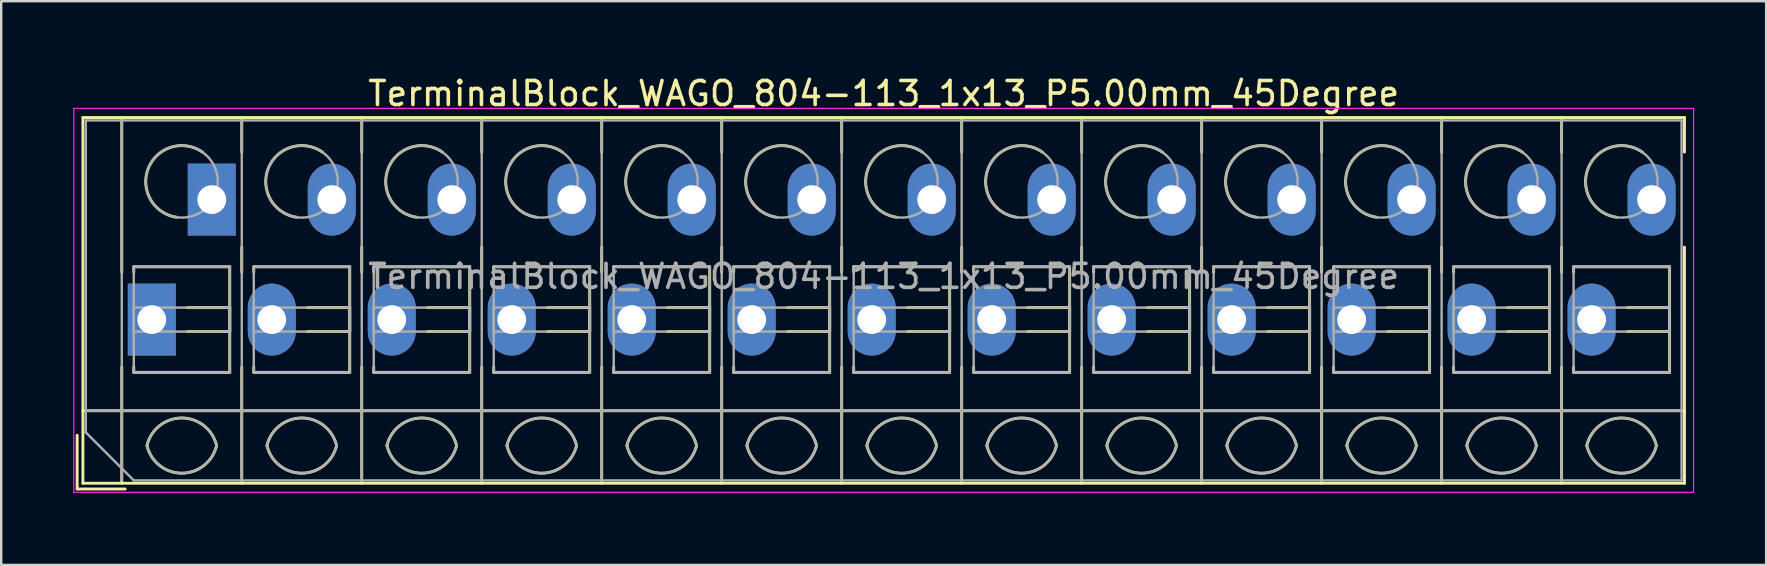
<source format=kicad_pcb>
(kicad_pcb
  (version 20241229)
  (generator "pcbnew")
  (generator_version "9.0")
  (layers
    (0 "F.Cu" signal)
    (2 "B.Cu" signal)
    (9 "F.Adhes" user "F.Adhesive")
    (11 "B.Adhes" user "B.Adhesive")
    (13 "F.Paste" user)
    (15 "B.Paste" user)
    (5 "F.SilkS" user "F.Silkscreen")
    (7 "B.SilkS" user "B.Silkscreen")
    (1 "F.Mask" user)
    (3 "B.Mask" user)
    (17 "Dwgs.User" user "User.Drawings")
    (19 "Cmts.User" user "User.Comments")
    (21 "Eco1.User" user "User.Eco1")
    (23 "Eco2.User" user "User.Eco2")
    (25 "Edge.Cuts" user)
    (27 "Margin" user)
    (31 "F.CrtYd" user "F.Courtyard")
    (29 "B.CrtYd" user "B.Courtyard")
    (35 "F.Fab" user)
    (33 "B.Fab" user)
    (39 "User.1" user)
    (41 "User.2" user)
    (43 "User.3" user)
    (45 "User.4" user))
  (footprint "TerminalBlock_WAGO_804-113_1x13_P5.00mm_45Degree"
    (layer "F.Cu")
    (at 3.275 10.268)
    (property "Reference" "TerminalBlock_WAGO_804-113_1x13_P5.00mm_45Degree" (at 30.5 -9.42 0) (layer "F.SilkS") (effects (font (size 1 1) (thickness 0.15))))
    (attr through_hole)
    (fp_line (start -3.11 4.82) (end -3.11 7.06) (stroke (width 0.12) (type solid)) (layer "F.SilkS"))
    (fp_line (start -3.11 7.06) (end -1.11 7.06) (stroke (width 0.12) (type solid)) (layer "F.SilkS"))
    (fp_line (start -2.87 -8.42) (end -2.87 6.82) (stroke (width 0.12) (type solid)) (layer "F.SilkS"))
    (fp_line (start -2.87 -8.42) (end 63.87 -8.42) (stroke (width 0.12) (type solid)) (layer "F.SilkS"))
    (fp_line (start -2.87 3.8) (end 63.87 3.8) (stroke (width 0.12) (type solid)) (layer "F.SilkS"))
    (fp_line (start -2.87 6.82) (end 63.87 6.82) (stroke (width 0.12) (type solid)) (layer "F.SilkS"))
    (fp_line (start -1.25 -8.42) (end -1.25 -1.98) (stroke (width 0.12) (type solid)) (layer "F.SilkS"))
    (fp_line (start -1.25 1.98) (end -1.25 6.82) (stroke (width 0.12) (type solid)) (layer "F.SilkS"))
    (fp_line (start -0.75 -2.2) (end -0.75 -1.98) (stroke (width 0.12) (type solid)) (layer "F.SilkS"))
    (fp_line (start -0.75 -2.2) (end 3.25 -2.2) (stroke (width 0.12) (type solid)) (layer "F.SilkS"))
    (fp_line (start -0.75 1.98) (end -0.75 2.2) (stroke (width 0.12) (type solid)) (layer "F.SilkS"))
    (fp_line (start -0.75 2.2) (end 3.25 2.2) (stroke (width 0.12) (type solid)) (layer "F.SilkS"))
    (fp_line (start 1.48 -0.5) (end 3.25 -0.5) (stroke (width 0.12) (type solid)) (layer "F.SilkS"))
    (fp_line (start 1.48 0.5) (end 3.25 0.5) (stroke (width 0.12) (type solid)) (layer "F.SilkS"))
    (fp_line (start 3.25 -2.2) (end 3.25 2.2) (stroke (width 0.12) (type solid)) (layer "F.SilkS"))
    (fp_line (start 3.25 -0.5) (end 3.25 0.5) (stroke (width 0.12) (type solid)) (layer "F.SilkS"))
    (fp_line (start 3.75 -8.42) (end 3.75 -6.98) (stroke (width 0.12) (type solid)) (layer "F.SilkS"))
    (fp_line (start 3.75 -3.02) (end 3.75 -1.98) (stroke (width 0.12) (type solid)) (layer "F.SilkS"))
    (fp_line (start 3.75 1.98) (end 3.75 6.82) (stroke (width 0.12) (type solid)) (layer "F.SilkS"))
    (fp_line (start 4.25 -2.2) (end 4.25 -1.98) (stroke (width 0.12) (type solid)) (layer "F.SilkS"))
    (fp_line (start 4.25 -2.2) (end 8.25 -2.2) (stroke (width 0.12) (type solid)) (layer "F.SilkS"))
    (fp_line (start 4.25 1.98) (end 4.25 2.2) (stroke (width 0.12) (type solid)) (layer "F.SilkS"))
    (fp_line (start 4.25 2.2) (end 8.25 2.2) (stroke (width 0.12) (type solid)) (layer "F.SilkS"))
    (fp_line (start 6.48 -0.5) (end 8.25 -0.5) (stroke (width 0.12) (type solid)) (layer "F.SilkS"))
    (fp_line (start 6.48 0.5) (end 8.25 0.5) (stroke (width 0.12) (type solid)) (layer "F.SilkS"))
    (fp_line (start 8.25 -2.2) (end 8.25 2.2) (stroke (width 0.12) (type solid)) (layer "F.SilkS"))
    (fp_line (start 8.25 -0.5) (end 8.25 0.5) (stroke (width 0.12) (type solid)) (layer "F.SilkS"))
    (fp_line (start 8.75 -8.42) (end 8.75 -6.98) (stroke (width 0.12) (type solid)) (layer "F.SilkS"))
    (fp_line (start 8.75 -3.02) (end 8.75 -1.98) (stroke (width 0.12) (type solid)) (layer "F.SilkS"))
    (fp_line (start 8.75 1.98) (end 8.75 6.82) (stroke (width 0.12) (type solid)) (layer "F.SilkS"))
    (fp_line (start 9.25 -2.2) (end 9.25 -1.98) (stroke (width 0.12) (type solid)) (layer "F.SilkS"))
    (fp_line (start 9.25 -2.2) (end 13.25 -2.2) (stroke (width 0.12) (type solid)) (layer "F.SilkS"))
    (fp_line (start 9.25 1.98) (end 9.25 2.2) (stroke (width 0.12) (type solid)) (layer "F.SilkS"))
    (fp_line (start 9.25 2.2) (end 13.25 2.2) (stroke (width 0.12) (type solid)) (layer "F.SilkS"))
    (fp_line (start 11.48 -0.5) (end 13.25 -0.5) (stroke (width 0.12) (type solid)) (layer "F.SilkS"))
    (fp_line (start 11.48 0.5) (end 13.25 0.5) (stroke (width 0.12) (type solid)) (layer "F.SilkS"))
    (fp_line (start 13.25 -2.2) (end 13.25 2.2) (stroke (width 0.12) (type solid)) (layer "F.SilkS"))
    (fp_line (start 13.25 -0.5) (end 13.25 0.5) (stroke (width 0.12) (type solid)) (layer "F.SilkS"))
    (fp_line (start 13.75 -8.42) (end 13.75 -6.98) (stroke (width 0.12) (type solid)) (layer "F.SilkS"))
    (fp_line (start 13.75 -3.02) (end 13.75 -1.98) (stroke (width 0.12) (type solid)) (layer "F.SilkS"))
    (fp_line (start 13.75 1.98) (end 13.75 6.82) (stroke (width 0.12) (type solid)) (layer "F.SilkS"))
    (fp_line (start 14.25 -2.2) (end 14.25 -1.98) (stroke (width 0.12) (type solid)) (layer "F.SilkS"))
    (fp_line (start 14.25 -2.2) (end 18.25 -2.2) (stroke (width 0.12) (type solid)) (layer "F.SilkS"))
    (fp_line (start 14.25 1.98) (end 14.25 2.2) (stroke (width 0.12) (type solid)) (layer "F.SilkS"))
    (fp_line (start 14.25 2.2) (end 18.25 2.2) (stroke (width 0.12) (type solid)) (layer "F.SilkS"))
    (fp_line (start 16.48 -0.5) (end 18.25 -0.5) (stroke (width 0.12) (type solid)) (layer "F.SilkS"))
    (fp_line (start 16.48 0.5) (end 18.25 0.5) (stroke (width 0.12) (type solid)) (layer "F.SilkS"))
    (fp_line (start 18.25 -2.2) (end 18.25 2.2) (stroke (width 0.12) (type solid)) (layer "F.SilkS"))
    (fp_line (start 18.25 -0.5) (end 18.25 0.5) (stroke (width 0.12) (type solid)) (layer "F.SilkS"))
    (fp_line (start 18.75 -8.42) (end 18.75 -6.98) (stroke (width 0.12) (type solid)) (layer "F.SilkS"))
    (fp_line (start 18.75 -3.02) (end 18.75 -1.98) (stroke (width 0.12) (type solid)) (layer "F.SilkS"))
    (fp_line (start 18.75 1.98) (end 18.75 6.82) (stroke (width 0.12) (type solid)) (layer "F.SilkS"))
    (fp_line (start 19.25 -2.2) (end 19.25 -1.98) (stroke (width 0.12) (type solid)) (layer "F.SilkS"))
    (fp_line (start 19.25 -2.2) (end 23.25 -2.2) (stroke (width 0.12) (type solid)) (layer "F.SilkS"))
    (fp_line (start 19.25 1.98) (end 19.25 2.2) (stroke (width 0.12) (type solid)) (layer "F.SilkS"))
    (fp_line (start 19.25 2.2) (end 23.25 2.2) (stroke (width 0.12) (type solid)) (layer "F.SilkS"))
    (fp_line (start 21.48 -0.5) (end 23.25 -0.5) (stroke (width 0.12) (type solid)) (layer "F.SilkS"))
    (fp_line (start 21.48 0.5) (end 23.25 0.5) (stroke (width 0.12) (type solid)) (layer "F.SilkS"))
    (fp_line (start 23.25 -2.2) (end 23.25 2.2) (stroke (width 0.12) (type solid)) (layer "F.SilkS"))
    (fp_line (start 23.25 -0.5) (end 23.25 0.5) (stroke (width 0.12) (type solid)) (layer "F.SilkS"))
    (fp_line (start 23.75 -8.42) (end 23.75 -6.98) (stroke (width 0.12) (type solid)) (layer "F.SilkS"))
    (fp_line (start 23.75 -3.02) (end 23.75 -1.98) (stroke (width 0.12) (type solid)) (layer "F.SilkS"))
    (fp_line (start 23.75 1.98) (end 23.75 6.82) (stroke (width 0.12) (type solid)) (layer "F.SilkS"))
    (fp_line (start 24.25 -2.2) (end 24.25 -1.98) (stroke (width 0.12) (type solid)) (layer "F.SilkS"))
    (fp_line (start 24.25 -2.2) (end 28.25 -2.2) (stroke (width 0.12) (type solid)) (layer "F.SilkS"))
    (fp_line (start 24.25 1.98) (end 24.25 2.2) (stroke (width 0.12) (type solid)) (layer "F.SilkS"))
    (fp_line (start 24.25 2.2) (end 28.25 2.2) (stroke (width 0.12) (type solid)) (layer "F.SilkS"))
    (fp_line (start 26.48 -0.5) (end 28.25 -0.5) (stroke (width 0.12) (type solid)) (layer "F.SilkS"))
    (fp_line (start 26.48 0.5) (end 28.25 0.5) (stroke (width 0.12) (type solid)) (layer "F.SilkS"))
    (fp_line (start 28.25 -2.2) (end 28.25 2.2) (stroke (width 0.12) (type solid)) (layer "F.SilkS"))
    (fp_line (start 28.25 -0.5) (end 28.25 0.5) (stroke (width 0.12) (type solid)) (layer "F.SilkS"))
    (fp_line (start 28.75 -8.42) (end 28.75 -6.98) (stroke (width 0.12) (type solid)) (layer "F.SilkS"))
    (fp_line (start 28.75 -3.02) (end 28.75 -1.98) (stroke (width 0.12) (type solid)) (layer "F.SilkS"))
    (fp_line (start 28.75 1.98) (end 28.75 6.82) (stroke (width 0.12) (type solid)) (layer "F.SilkS"))
    (fp_line (start 29.25 -2.2) (end 29.25 -1.98) (stroke (width 0.12) (type solid)) (layer "F.SilkS"))
    (fp_line (start 29.25 -2.2) (end 33.25 -2.2) (stroke (width 0.12) (type solid)) (layer "F.SilkS"))
    (fp_line (start 29.25 1.98) (end 29.25 2.2) (stroke (width 0.12) (type solid)) (layer "F.SilkS"))
    (fp_line (start 29.25 2.2) (end 33.25 2.2) (stroke (width 0.12) (type solid)) (layer "F.SilkS"))
    (fp_line (start 31.48 -0.5) (end 33.25 -0.5) (stroke (width 0.12) (type solid)) (layer "F.SilkS"))
    (fp_line (start 31.48 0.5) (end 33.25 0.5) (stroke (width 0.12) (type solid)) (layer "F.SilkS"))
    (fp_line (start 33.25 -2.2) (end 33.25 2.2) (stroke (width 0.12) (type solid)) (layer "F.SilkS"))
    (fp_line (start 33.25 -0.5) (end 33.25 0.5) (stroke (width 0.12) (type solid)) (layer "F.SilkS"))
    (fp_line (start 33.75 -8.42) (end 33.75 -6.98) (stroke (width 0.12) (type solid)) (layer "F.SilkS"))
    (fp_line (start 33.75 -3.02) (end 33.75 -1.98) (stroke (width 0.12) (type solid)) (layer "F.SilkS"))
    (fp_line (start 33.75 1.98) (end 33.75 6.82) (stroke (width 0.12) (type solid)) (layer "F.SilkS"))
    (fp_line (start 34.25 -2.2) (end 34.25 -1.98) (stroke (width 0.12) (type solid)) (layer "F.SilkS"))
    (fp_line (start 34.25 -2.2) (end 38.25 -2.2) (stroke (width 0.12) (type solid)) (layer "F.SilkS"))
    (fp_line (start 34.25 1.98) (end 34.25 2.2) (stroke (width 0.12) (type solid)) (layer "F.SilkS"))
    (fp_line (start 34.25 2.2) (end 38.25 2.2) (stroke (width 0.12) (type solid)) (layer "F.SilkS"))
    (fp_line (start 36.48 -0.5) (end 38.25 -0.5) (stroke (width 0.12) (type solid)) (layer "F.SilkS"))
    (fp_line (start 36.48 0.5) (end 38.25 0.5) (stroke (width 0.12) (type solid)) (layer "F.SilkS"))
    (fp_line (start 38.25 -2.2) (end 38.25 2.2) (stroke (width 0.12) (type solid)) (layer "F.SilkS"))
    (fp_line (start 38.25 -0.5) (end 38.25 0.5) (stroke (width 0.12) (type solid)) (layer "F.SilkS"))
    (fp_line (start 38.75 -8.42) (end 38.75 -6.98) (stroke (width 0.12) (type solid)) (layer "F.SilkS"))
    (fp_line (start 38.75 -3.02) (end 38.75 -1.98) (stroke (width 0.12) (type solid)) (layer "F.SilkS"))
    (fp_line (start 38.75 1.98) (end 38.75 6.82) (stroke (width 0.12) (type solid)) (layer "F.SilkS"))
    (fp_line (start 39.25 -2.2) (end 39.25 -1.98) (stroke (width 0.12) (type solid)) (layer "F.SilkS"))
    (fp_line (start 39.25 -2.2) (end 43.25 -2.2) (stroke (width 0.12) (type solid)) (layer "F.SilkS"))
    (fp_line (start 39.25 1.98) (end 39.25 2.2) (stroke (width 0.12) (type solid)) (layer "F.SilkS"))
    (fp_line (start 39.25 2.2) (end 43.25 2.2) (stroke (width 0.12) (type solid)) (layer "F.SilkS"))
    (fp_line (start 41.48 -0.5) (end 43.25 -0.5) (stroke (width 0.12) (type solid)) (layer "F.SilkS"))
    (fp_line (start 41.48 0.5) (end 43.25 0.5) (stroke (width 0.12) (type solid)) (layer "F.SilkS"))
    (fp_line (start 43.25 -2.2) (end 43.25 2.2) (stroke (width 0.12) (type solid)) (layer "F.SilkS"))
    (fp_line (start 43.25 -0.5) (end 43.25 0.5) (stroke (width 0.12) (type solid)) (layer "F.SilkS"))
    (fp_line (start 43.75 -8.42) (end 43.75 -6.98) (stroke (width 0.12) (type solid)) (layer "F.SilkS"))
    (fp_line (start 43.75 -3.02) (end 43.75 -1.98) (stroke (width 0.12) (type solid)) (layer "F.SilkS"))
    (fp_line (start 43.75 1.98) (end 43.75 6.82) (stroke (width 0.12) (type solid)) (layer "F.SilkS"))
    (fp_line (start 44.25 -2.2) (end 44.25 -1.98) (stroke (width 0.12) (type solid)) (layer "F.SilkS"))
    (fp_line (start 44.25 -2.2) (end 48.25 -2.2) (stroke (width 0.12) (type solid)) (layer "F.SilkS"))
    (fp_line (start 44.25 1.98) (end 44.25 2.2) (stroke (width 0.12) (type solid)) (layer "F.SilkS"))
    (fp_line (start 44.25 2.2) (end 48.25 2.2) (stroke (width 0.12) (type solid)) (layer "F.SilkS"))
    (fp_line (start 46.48 -0.5) (end 48.25 -0.5) (stroke (width 0.12) (type solid)) (layer "F.SilkS"))
    (fp_line (start 46.48 0.5) (end 48.25 0.5) (stroke (width 0.12) (type solid)) (layer "F.SilkS"))
    (fp_line (start 48.25 -2.2) (end 48.25 2.2) (stroke (width 0.12) (type solid)) (layer "F.SilkS"))
    (fp_line (start 48.25 -0.5) (end 48.25 0.5) (stroke (width 0.12) (type solid)) (layer "F.SilkS"))
    (fp_line (start 48.75 -8.42) (end 48.75 -6.98) (stroke (width 0.12) (type solid)) (layer "F.SilkS"))
    (fp_line (start 48.75 -3.02) (end 48.75 -1.98) (stroke (width 0.12) (type solid)) (layer "F.SilkS"))
    (fp_line (start 48.75 1.98) (end 48.75 6.82) (stroke (width 0.12) (type solid)) (layer "F.SilkS"))
    (fp_line (start 49.25 -2.2) (end 49.25 -1.98) (stroke (width 0.12) (type solid)) (layer "F.SilkS"))
    (fp_line (start 49.25 -2.2) (end 53.25 -2.2) (stroke (width 0.12) (type solid)) (layer "F.SilkS"))
    (fp_line (start 49.25 1.98) (end 49.25 2.2) (stroke (width 0.12) (type solid)) (layer "F.SilkS"))
    (fp_line (start 49.25 2.2) (end 53.25 2.2) (stroke (width 0.12) (type solid)) (layer "F.SilkS"))
    (fp_line (start 51.48 -0.5) (end 53.25 -0.5) (stroke (width 0.12) (type solid)) (layer "F.SilkS"))
    (fp_line (start 51.48 0.5) (end 53.25 0.5) (stroke (width 0.12) (type solid)) (layer "F.SilkS"))
    (fp_line (start 53.25 -2.2) (end 53.25 2.2) (stroke (width 0.12) (type solid)) (layer "F.SilkS"))
    (fp_line (start 53.25 -0.5) (end 53.25 0.5) (stroke (width 0.12) (type solid)) (layer "F.SilkS"))
    (fp_line (start 53.75 -8.42) (end 53.75 -6.98) (stroke (width 0.12) (type solid)) (layer "F.SilkS"))
    (fp_line (start 53.75 -3.02) (end 53.75 -1.98) (stroke (width 0.12) (type solid)) (layer "F.SilkS"))
    (fp_line (start 53.75 1.98) (end 53.75 6.82) (stroke (width 0.12) (type solid)) (layer "F.SilkS"))
    (fp_line (start 54.25 -2.2) (end 54.25 -1.98) (stroke (width 0.12) (type solid)) (layer "F.SilkS"))
    (fp_line (start 54.25 -2.2) (end 58.25 -2.2) (stroke (width 0.12) (type solid)) (layer "F.SilkS"))
    (fp_line (start 54.25 1.98) (end 54.25 2.2) (stroke (width 0.12) (type solid)) (layer "F.SilkS"))
    (fp_line (start 54.25 2.2) (end 58.25 2.2) (stroke (width 0.12) (type solid)) (layer "F.SilkS"))
    (fp_line (start 56.48 -0.5) (end 58.25 -0.5) (stroke (width 0.12) (type solid)) (layer "F.SilkS"))
    (fp_line (start 56.48 0.5) (end 58.25 0.5) (stroke (width 0.12) (type solid)) (layer "F.SilkS"))
    (fp_line (start 58.25 -2.2) (end 58.25 2.2) (stroke (width 0.12) (type solid)) (layer "F.SilkS"))
    (fp_line (start 58.25 -0.5) (end 58.25 0.5) (stroke (width 0.12) (type solid)) (layer "F.SilkS"))
    (fp_line (start 58.75 -8.42) (end 58.75 -6.98) (stroke (width 0.12) (type solid)) (layer "F.SilkS"))
    (fp_line (start 58.75 -3.02) (end 58.75 -1.98) (stroke (width 0.12) (type solid)) (layer "F.SilkS"))
    (fp_line (start 58.75 1.98) (end 58.75 6.82) (stroke (width 0.12) (type solid)) (layer "F.SilkS"))
    (fp_line (start 59.25 -2.2) (end 59.25 -1.98) (stroke (width 0.12) (type solid)) (layer "F.SilkS"))
    (fp_line (start 59.25 -2.2) (end 63.25 -2.2) (stroke (width 0.12) (type solid)) (layer "F.SilkS"))
    (fp_line (start 59.25 1.98) (end 59.25 2.2) (stroke (width 0.12) (type solid)) (layer "F.SilkS"))
    (fp_line (start 59.25 2.2) (end 63.25 2.2) (stroke (width 0.12) (type solid)) (layer "F.SilkS"))
    (fp_line (start 61.48 -0.5) (end 63.25 -0.5) (stroke (width 0.12) (type solid)) (layer "F.SilkS"))
    (fp_line (start 61.48 0.5) (end 63.25 0.5) (stroke (width 0.12) (type solid)) (layer "F.SilkS"))
    (fp_line (start 63.25 -2.2) (end 63.25 2.2) (stroke (width 0.12) (type solid)) (layer "F.SilkS"))
    (fp_line (start 63.25 -0.5) (end 63.25 0.5) (stroke (width 0.12) (type solid)) (layer "F.SilkS"))
    (fp_line (start 63.87 -8.42) (end 63.87 -6.98) (stroke (width 0.12) (type solid)) (layer "F.SilkS"))
    (fp_line (start 63.87 -3.02) (end 63.87 6.82) (stroke (width 0.12) (type solid)) (layer "F.SilkS"))
    (fp_arc (start -0.200865 5.250424) (mid 1.250296 4.099926) (end 2.701 5.251) (stroke (width 0.12) (type solid)) (layer "F.SilkS"))
    (fp_arc (start 1.040798 -4.264067) (mid -0.146039 -6.300306) (end 2.111 -6.979) (stroke (width 0.12) (type solid)) (layer "F.SilkS"))
    (fp_arc (start 2.7 5.25) (mid 1.250068 6.400101) (end -0.199969 5.250133) (stroke (width 0.12) (type solid)) (layer "F.SilkS"))
    (fp_arc (start 4.799135 5.250424) (mid 6.250296 4.099926) (end 7.701 5.251) (stroke (width 0.12) (type solid)) (layer "F.SilkS"))
    (fp_arc (start 6.040798 -4.264067) (mid 4.853961 -6.300306) (end 7.111 -6.979) (stroke (width 0.12) (type solid)) (layer "F.SilkS"))
    (fp_arc (start 7.7 5.25) (mid 6.250068 6.400101) (end 4.800031 5.250133) (stroke (width 0.12) (type solid)) (layer "F.SilkS"))
    (fp_arc (start 9.799135 5.250424) (mid 11.250296 4.099926) (end 12.701 5.251) (stroke (width 0.12) (type solid)) (layer "F.SilkS"))
    (fp_arc (start 11.040798 -4.264067) (mid 9.853961 -6.300306) (end 12.111 -6.979) (stroke (width 0.12) (type solid)) (layer "F.SilkS"))
    (fp_arc (start 12.7 5.25) (mid 11.250068 6.400101) (end 9.800031 5.250133) (stroke (width 0.12) (type solid)) (layer "F.SilkS"))
    (fp_arc (start 14.799135 5.250424) (mid 16.250296 4.099926) (end 17.701 5.251) (stroke (width 0.12) (type solid)) (layer "F.SilkS"))
    (fp_arc (start 16.040798 -4.264067) (mid 14.853961 -6.300306) (end 17.111 -6.979) (stroke (width 0.12) (type solid)) (layer "F.SilkS"))
    (fp_arc (start 17.7 5.25) (mid 16.250068 6.400101) (end 14.800031 5.250133) (stroke (width 0.12) (type solid)) (layer "F.SilkS"))
    (fp_arc (start 19.799135 5.250424) (mid 21.250296 4.099926) (end 22.701 5.251) (stroke (width 0.12) (type solid)) (layer "F.SilkS"))
    (fp_arc (start 21.040798 -4.264067) (mid 19.853961 -6.300306) (end 22.111 -6.979) (stroke (width 0.12) (type solid)) (layer "F.SilkS"))
    (fp_arc (start 22.7 5.25) (mid 21.250068 6.400101) (end 19.800031 5.250133) (stroke (width 0.12) (type solid)) (layer "F.SilkS"))
    (fp_arc (start 24.799135 5.250424) (mid 26.250296 4.099926) (end 27.701 5.251) (stroke (width 0.12) (type solid)) (layer "F.SilkS"))
    (fp_arc (start 26.040798 -4.264067) (mid 24.853961 -6.300306) (end 27.111 -6.979) (stroke (width 0.12) (type solid)) (layer "F.SilkS"))
    (fp_arc (start 27.7 5.25) (mid 26.250068 6.400101) (end 24.800031 5.250133) (stroke (width 0.12) (type solid)) (layer "F.SilkS"))
    (fp_arc (start 29.799135 5.250424) (mid 31.250296 4.099926) (end 32.701 5.251) (stroke (width 0.12) (type solid)) (layer "F.SilkS"))
    (fp_arc (start 31.040798 -4.264067) (mid 29.853961 -6.300306) (end 32.111 -6.979) (stroke (width 0.12) (type solid)) (layer "F.SilkS"))
    (fp_arc (start 32.701 5.25) (mid 31.250296 6.401074) (end 29.799135 5.250576) (stroke (width 0.12) (type solid)) (layer "F.SilkS"))
    (fp_arc (start 34.799135 5.250424) (mid 36.250296 4.099926) (end 37.701 5.251) (stroke (width 0.12) (type solid)) (layer "F.SilkS"))
    (fp_arc (start 36.040798 -4.264067) (mid 34.853961 -6.300306) (end 37.111 -6.979) (stroke (width 0.12) (type solid)) (layer "F.SilkS"))
    (fp_arc (start 37.7 5.25) (mid 36.250068 6.400101) (end 34.800031 5.250133) (stroke (width 0.12) (type solid)) (layer "F.SilkS"))
    (fp_arc (start 39.799135 5.250424) (mid 41.250296 4.099926) (end 42.701 5.251) (stroke (width 0.12) (type solid)) (layer "F.SilkS"))
    (fp_arc (start 41.040798 -4.264067) (mid 39.853961 -6.300306) (end 42.111 -6.979) (stroke (width 0.12) (type solid)) (layer "F.SilkS"))
    (fp_arc (start 42.7 5.25) (mid 41.250068 6.400101) (end 39.800031 5.250133) (stroke (width 0.12) (type solid)) (layer "F.SilkS"))
    (fp_arc (start 44.799135 5.250424) (mid 46.250296 4.099926) (end 47.701 5.251) (stroke (width 0.12) (type solid)) (layer "F.SilkS"))
    (fp_arc (start 46.040798 -4.264067) (mid 44.853961 -6.300306) (end 47.111 -6.979) (stroke (width 0.12) (type solid)) (layer "F.SilkS"))
    (fp_arc (start 47.7 5.25) (mid 46.250068 6.400101) (end 44.800031 5.250133) (stroke (width 0.12) (type solid)) (layer "F.SilkS"))
    (fp_arc (start 49.799135 5.250424) (mid 51.250296 4.099926) (end 52.701 5.251) (stroke (width 0.12) (type solid)) (layer "F.SilkS"))
    (fp_arc (start 51.040798 -4.264067) (mid 49.853961 -6.300306) (end 52.111 -6.979) (stroke (width 0.12) (type solid)) (layer "F.SilkS"))
    (fp_arc (start 52.7 5.25) (mid 51.250068 6.400101) (end 49.800031 5.250133) (stroke (width 0.12) (type solid)) (layer "F.SilkS"))
    (fp_arc (start 54.799135 5.250424) (mid 56.250296 4.099926) (end 57.701 5.251) (stroke (width 0.12) (type solid)) (layer "F.SilkS"))
    (fp_arc (start 56.040798 -4.264067) (mid 54.853961 -6.300306) (end 57.111 -6.979) (stroke (width 0.12) (type solid)) (layer "F.SilkS"))
    (fp_arc (start 57.7 5.25) (mid 56.250068 6.400101) (end 54.800031 5.250133) (stroke (width 0.12) (type solid)) (layer "F.SilkS"))
    (fp_arc (start 59.799135 5.250424) (mid 61.250296 4.099926) (end 62.701 5.251) (stroke (width 0.12) (type solid)) (layer "F.SilkS"))
    (fp_arc (start 61.040798 -4.264067) (mid 59.853961 -6.300306) (end 62.111 -6.979) (stroke (width 0.12) (type solid)) (layer "F.SilkS"))
    (fp_arc (start 62.7 5.25) (mid 61.250068 6.400101) (end 59.800031 5.250133) (stroke (width 0.12) (type solid)) (layer "F.SilkS"))
    (fp_line (start -3.25 -8.8) (end -3.25 7.2) (stroke (width 0.05) (type solid)) (layer "F.CrtYd"))
    (fp_line (start -3.25 7.2) (end 64.25 7.2) (stroke (width 0.05) (type solid)) (layer "F.CrtYd"))
    (fp_line (start 64.25 -8.8) (end -3.25 -8.8) (stroke (width 0.05) (type solid)) (layer "F.CrtYd"))
    (fp_line (start 64.25 7.2) (end 64.25 -8.8) (stroke (width 0.05) (type solid)) (layer "F.CrtYd"))
    (fp_line (start -2.75 -8.3) (end 63.75 -8.3) (stroke (width 0.1) (type solid)) (layer "F.Fab"))
    (fp_line (start -2.75 3.8) (end 63.75 3.8) (stroke (width 0.1) (type solid)) (layer "F.Fab"))
    (fp_line (start -2.75 4.7) (end -2.75 -8.3) (stroke (width 0.1) (type solid)) (layer "F.Fab"))
    (fp_line (start -1.25 -8.3) (end -1.25 6.7) (stroke (width 0.1) (type solid)) (layer "F.Fab"))
    (fp_line (start -0.75 -2.2) (end -0.75 2.2) (stroke (width 0.1) (type solid)) (layer "F.Fab"))
    (fp_line (start -0.75 -0.5) (end -0.75 0.5) (stroke (width 0.1) (type solid)) (layer "F.Fab"))
    (fp_line (start -0.75 0.5) (end 3.25 0.5) (stroke (width 0.1) (type solid)) (layer "F.Fab"))
    (fp_line (start -0.75 2.2) (end 3.25 2.2) (stroke (width 0.1) (type solid)) (layer "F.Fab"))
    (fp_line (start -0.75 6.7) (end -2.75 4.7) (stroke (width 0.1) (type solid)) (layer "F.Fab"))
    (fp_line (start 3.25 -2.2) (end -0.75 -2.2) (stroke (width 0.1) (type solid)) (layer "F.Fab"))
    (fp_line (start 3.25 -0.5) (end -0.75 -0.5) (stroke (width 0.1) (type solid)) (layer "F.Fab"))
    (fp_line (start 3.25 0.5) (end 3.25 -0.5) (stroke (width 0.1) (type solid)) (layer "F.Fab"))
    (fp_line (start 3.25 2.2) (end 3.25 -2.2) (stroke (width 0.1) (type solid)) (layer "F.Fab"))
    (fp_line (start 3.75 -8.3) (end 3.75 6.7) (stroke (width 0.1) (type solid)) (layer "F.Fab"))
    (fp_line (start 4.25 -2.2) (end 4.25 2.2) (stroke (width 0.1) (type solid)) (layer "F.Fab"))
    (fp_line (start 4.25 -0.5) (end 4.25 0.5) (stroke (width 0.1) (type solid)) (layer "F.Fab"))
    (fp_line (start 4.25 0.5) (end 8.25 0.5) (stroke (width 0.1) (type solid)) (layer "F.Fab"))
    (fp_line (start 4.25 2.2) (end 8.25 2.2) (stroke (width 0.1) (type solid)) (layer "F.Fab"))
    (fp_line (start 8.25 -2.2) (end 4.25 -2.2) (stroke (width 0.1) (type solid)) (layer "F.Fab"))
    (fp_line (start 8.25 -0.5) (end 4.25 -0.5) (stroke (width 0.1) (type solid)) (layer "F.Fab"))
    (fp_line (start 8.25 0.5) (end 8.25 -0.5) (stroke (width 0.1) (type solid)) (layer "F.Fab"))
    (fp_line (start 8.25 2.2) (end 8.25 -2.2) (stroke (width 0.1) (type solid)) (layer "F.Fab"))
    (fp_line (start 8.75 -8.3) (end 8.75 6.7) (stroke (width 0.1) (type solid)) (layer "F.Fab"))
    (fp_line (start 9.25 -2.2) (end 9.25 2.2) (stroke (width 0.1) (type solid)) (layer "F.Fab"))
    (fp_line (start 9.25 -0.5) (end 9.25 0.5) (stroke (width 0.1) (type solid)) (layer "F.Fab"))
    (fp_line (start 9.25 0.5) (end 13.25 0.5) (stroke (width 0.1) (type solid)) (layer "F.Fab"))
    (fp_line (start 9.25 2.2) (end 13.25 2.2) (stroke (width 0.1) (type solid)) (layer "F.Fab"))
    (fp_line (start 13.25 -2.2) (end 9.25 -2.2) (stroke (width 0.1) (type solid)) (layer "F.Fab"))
    (fp_line (start 13.25 -0.5) (end 9.25 -0.5) (stroke (width 0.1) (type solid)) (layer "F.Fab"))
    (fp_line (start 13.25 0.5) (end 13.25 -0.5) (stroke (width 0.1) (type solid)) (layer "F.Fab"))
    (fp_line (start 13.25 2.2) (end 13.25 -2.2) (stroke (width 0.1) (type solid)) (layer "F.Fab"))
    (fp_line (start 13.75 -8.3) (end 13.75 6.7) (stroke (width 0.1) (type solid)) (layer "F.Fab"))
    (fp_line (start 14.25 -2.2) (end 14.25 2.2) (stroke (width 0.1) (type solid)) (layer "F.Fab"))
    (fp_line (start 14.25 -0.5) (end 14.25 0.5) (stroke (width 0.1) (type solid)) (layer "F.Fab"))
    (fp_line (start 14.25 0.5) (end 18.25 0.5) (stroke (width 0.1) (type solid)) (layer "F.Fab"))
    (fp_line (start 14.25 2.2) (end 18.25 2.2) (stroke (width 0.1) (type solid)) (layer "F.Fab"))
    (fp_line (start 18.25 -2.2) (end 14.25 -2.2) (stroke (width 0.1) (type solid)) (layer "F.Fab"))
    (fp_line (start 18.25 -0.5) (end 14.25 -0.5) (stroke (width 0.1) (type solid)) (layer "F.Fab"))
    (fp_line (start 18.25 0.5) (end 18.25 -0.5) (stroke (width 0.1) (type solid)) (layer "F.Fab"))
    (fp_line (start 18.25 2.2) (end 18.25 -2.2) (stroke (width 0.1) (type solid)) (layer "F.Fab"))
    (fp_line (start 18.75 -8.3) (end 18.75 6.7) (stroke (width 0.1) (type solid)) (layer "F.Fab"))
    (fp_line (start 19.25 -2.2) (end 19.25 2.2) (stroke (width 0.1) (type solid)) (layer "F.Fab"))
    (fp_line (start 19.25 -0.5) (end 19.25 0.5) (stroke (width 0.1) (type solid)) (layer "F.Fab"))
    (fp_line (start 19.25 0.5) (end 23.25 0.5) (stroke (width 0.1) (type solid)) (layer "F.Fab"))
    (fp_line (start 19.25 2.2) (end 23.25 2.2) (stroke (width 0.1) (type solid)) (layer "F.Fab"))
    (fp_line (start 23.25 -2.2) (end 19.25 -2.2) (stroke (width 0.1) (type solid)) (layer "F.Fab"))
    (fp_line (start 23.25 -0.5) (end 19.25 -0.5) (stroke (width 0.1) (type solid)) (layer "F.Fab"))
    (fp_line (start 23.25 0.5) (end 23.25 -0.5) (stroke (width 0.1) (type solid)) (layer "F.Fab"))
    (fp_line (start 23.25 2.2) (end 23.25 -2.2) (stroke (width 0.1) (type solid)) (layer "F.Fab"))
    (fp_line (start 23.75 -8.3) (end 23.75 6.7) (stroke (width 0.1) (type solid)) (layer "F.Fab"))
    (fp_line (start 24.25 -2.2) (end 24.25 2.2) (stroke (width 0.1) (type solid)) (layer "F.Fab"))
    (fp_line (start 24.25 -0.5) (end 24.25 0.5) (stroke (width 0.1) (type solid)) (layer "F.Fab"))
    (fp_line (start 24.25 0.5) (end 28.25 0.5) (stroke (width 0.1) (type solid)) (layer "F.Fab"))
    (fp_line (start 24.25 2.2) (end 28.25 2.2) (stroke (width 0.1) (type solid)) (layer "F.Fab"))
    (fp_line (start 28.25 -2.2) (end 24.25 -2.2) (stroke (width 0.1) (type solid)) (layer "F.Fab"))
    (fp_line (start 28.25 -0.5) (end 24.25 -0.5) (stroke (width 0.1) (type solid)) (layer "F.Fab"))
    (fp_line (start 28.25 0.5) (end 28.25 -0.5) (stroke (width 0.1) (type solid)) (layer "F.Fab"))
    (fp_line (start 28.25 2.2) (end 28.25 -2.2) (stroke (width 0.1) (type solid)) (layer "F.Fab"))
    (fp_line (start 28.75 -8.3) (end 28.75 6.7) (stroke (width 0.1) (type solid)) (layer "F.Fab"))
    (fp_line (start 29.25 -2.2) (end 29.25 2.2) (stroke (width 0.1) (type solid)) (layer "F.Fab"))
    (fp_line (start 29.25 -0.5) (end 29.25 0.5) (stroke (width 0.1) (type solid)) (layer "F.Fab"))
    (fp_line (start 29.25 0.5) (end 33.25 0.5) (stroke (width 0.1) (type solid)) (layer "F.Fab"))
    (fp_line (start 29.25 2.2) (end 33.25 2.2) (stroke (width 0.1) (type solid)) (layer "F.Fab"))
    (fp_line (start 33.25 -2.2) (end 29.25 -2.2) (stroke (width 0.1) (type solid)) (layer "F.Fab"))
    (fp_line (start 33.25 -0.5) (end 29.25 -0.5) (stroke (width 0.1) (type solid)) (layer "F.Fab"))
    (fp_line (start 33.25 0.5) (end 33.25 -0.5) (stroke (width 0.1) (type solid)) (layer "F.Fab"))
    (fp_line (start 33.25 2.2) (end 33.25 -2.2) (stroke (width 0.1) (type solid)) (layer "F.Fab"))
    (fp_line (start 33.75 -8.3) (end 33.75 6.7) (stroke (width 0.1) (type solid)) (layer "F.Fab"))
    (fp_line (start 34.25 -2.2) (end 34.25 2.2) (stroke (width 0.1) (type solid)) (layer "F.Fab"))
    (fp_line (start 34.25 -0.5) (end 34.25 0.5) (stroke (width 0.1) (type solid)) (layer "F.Fab"))
    (fp_line (start 34.25 0.5) (end 38.25 0.5) (stroke (width 0.1) (type solid)) (layer "F.Fab"))
    (fp_line (start 34.25 2.2) (end 38.25 2.2) (stroke (width 0.1) (type solid)) (layer "F.Fab"))
    (fp_line (start 38.25 -2.2) (end 34.25 -2.2) (stroke (width 0.1) (type solid)) (layer "F.Fab"))
    (fp_line (start 38.25 -0.5) (end 34.25 -0.5) (stroke (width 0.1) (type solid)) (layer "F.Fab"))
    (fp_line (start 38.25 0.5) (end 38.25 -0.5) (stroke (width 0.1) (type solid)) (layer "F.Fab"))
    (fp_line (start 38.25 2.2) (end 38.25 -2.2) (stroke (width 0.1) (type solid)) (layer "F.Fab"))
    (fp_line (start 38.75 -8.3) (end 38.75 6.7) (stroke (width 0.1) (type solid)) (layer "F.Fab"))
    (fp_line (start 39.25 -2.2) (end 39.25 2.2) (stroke (width 0.1) (type solid)) (layer "F.Fab"))
    (fp_line (start 39.25 -0.5) (end 39.25 0.5) (stroke (width 0.1) (type solid)) (layer "F.Fab"))
    (fp_line (start 39.25 0.5) (end 43.25 0.5) (stroke (width 0.1) (type solid)) (layer "F.Fab"))
    (fp_line (start 39.25 2.2) (end 43.25 2.2) (stroke (width 0.1) (type solid)) (layer "F.Fab"))
    (fp_line (start 43.25 -2.2) (end 39.25 -2.2) (stroke (width 0.1) (type solid)) (layer "F.Fab"))
    (fp_line (start 43.25 -0.5) (end 39.25 -0.5) (stroke (width 0.1) (type solid)) (layer "F.Fab"))
    (fp_line (start 43.25 0.5) (end 43.25 -0.5) (stroke (width 0.1) (type solid)) (layer "F.Fab"))
    (fp_line (start 43.25 2.2) (end 43.25 -2.2) (stroke (width 0.1) (type solid)) (layer "F.Fab"))
    (fp_line (start 43.75 -8.3) (end 43.75 6.7) (stroke (width 0.1) (type solid)) (layer "F.Fab"))
    (fp_line (start 44.25 -2.2) (end 44.25 2.2) (stroke (width 0.1) (type solid)) (layer "F.Fab"))
    (fp_line (start 44.25 -0.5) (end 44.25 0.5) (stroke (width 0.1) (type solid)) (layer "F.Fab"))
    (fp_line (start 44.25 0.5) (end 48.25 0.5) (stroke (width 0.1) (type solid)) (layer "F.Fab"))
    (fp_line (start 44.25 2.2) (end 48.25 2.2) (stroke (width 0.1) (type solid)) (layer "F.Fab"))
    (fp_line (start 48.25 -2.2) (end 44.25 -2.2) (stroke (width 0.1) (type solid)) (layer "F.Fab"))
    (fp_line (start 48.25 -0.5) (end 44.25 -0.5) (stroke (width 0.1) (type solid)) (layer "F.Fab"))
    (fp_line (start 48.25 0.5) (end 48.25 -0.5) (stroke (width 0.1) (type solid)) (layer "F.Fab"))
    (fp_line (start 48.25 2.2) (end 48.25 -2.2) (stroke (width 0.1) (type solid)) (layer "F.Fab"))
    (fp_line (start 48.75 -8.3) (end 48.75 6.7) (stroke (width 0.1) (type solid)) (layer "F.Fab"))
    (fp_line (start 49.25 -2.2) (end 49.25 2.2) (stroke (width 0.1) (type solid)) (layer "F.Fab"))
    (fp_line (start 49.25 -0.5) (end 49.25 0.5) (stroke (width 0.1) (type solid)) (layer "F.Fab"))
    (fp_line (start 49.25 0.5) (end 53.25 0.5) (stroke (width 0.1) (type solid)) (layer "F.Fab"))
    (fp_line (start 49.25 2.2) (end 53.25 2.2) (stroke (width 0.1) (type solid)) (layer "F.Fab"))
    (fp_line (start 53.25 -2.2) (end 49.25 -2.2) (stroke (width 0.1) (type solid)) (layer "F.Fab"))
    (fp_line (start 53.25 -0.5) (end 49.25 -0.5) (stroke (width 0.1) (type solid)) (layer "F.Fab"))
    (fp_line (start 53.25 0.5) (end 53.25 -0.5) (stroke (width 0.1) (type solid)) (layer "F.Fab"))
    (fp_line (start 53.25 2.2) (end 53.25 -2.2) (stroke (width 0.1) (type solid)) (layer "F.Fab"))
    (fp_line (start 53.75 -8.3) (end 53.75 6.7) (stroke (width 0.1) (type solid)) (layer "F.Fab"))
    (fp_line (start 54.25 -2.2) (end 54.25 2.2) (stroke (width 0.1) (type solid)) (layer "F.Fab"))
    (fp_line (start 54.25 -0.5) (end 54.25 0.5) (stroke (width 0.1) (type solid)) (layer "F.Fab"))
    (fp_line (start 54.25 0.5) (end 58.25 0.5) (stroke (width 0.1) (type solid)) (layer "F.Fab"))
    (fp_line (start 54.25 2.2) (end 58.25 2.2) (stroke (width 0.1) (type solid)) (layer "F.Fab"))
    (fp_line (start 58.25 -2.2) (end 54.25 -2.2) (stroke (width 0.1) (type solid)) (layer "F.Fab"))
    (fp_line (start 58.25 -0.5) (end 54.25 -0.5) (stroke (width 0.1) (type solid)) (layer "F.Fab"))
    (fp_line (start 58.25 0.5) (end 58.25 -0.5) (stroke (width 0.1) (type solid)) (layer "F.Fab"))
    (fp_line (start 58.25 2.2) (end 58.25 -2.2) (stroke (width 0.1) (type solid)) (layer "F.Fab"))
    (fp_line (start 58.75 -8.3) (end 58.75 6.7) (stroke (width 0.1) (type solid)) (layer "F.Fab"))
    (fp_line (start 59.25 -2.2) (end 59.25 2.2) (stroke (width 0.1) (type solid)) (layer "F.Fab"))
    (fp_line (start 59.25 -0.5) (end 59.25 0.5) (stroke (width 0.1) (type solid)) (layer "F.Fab"))
    (fp_line (start 59.25 0.5) (end 63.25 0.5) (stroke (width 0.1) (type solid)) (layer "F.Fab"))
    (fp_line (start 59.25 2.2) (end 63.25 2.2) (stroke (width 0.1) (type solid)) (layer "F.Fab"))
    (fp_line (start 63.25 -2.2) (end 59.25 -2.2) (stroke (width 0.1) (type solid)) (layer "F.Fab"))
    (fp_line (start 63.25 -0.5) (end 59.25 -0.5) (stroke (width 0.1) (type solid)) (layer "F.Fab"))
    (fp_line (start 63.25 0.5) (end 63.25 -0.5) (stroke (width 0.1) (type solid)) (layer "F.Fab"))
    (fp_line (start 63.25 2.2) (end 63.25 -2.2) (stroke (width 0.1) (type solid)) (layer "F.Fab"))
    (fp_line (start 63.75 -8.3) (end 63.75 6.7) (stroke (width 0.1) (type solid)) (layer "F.Fab"))
    (fp_line (start 63.75 6.7) (end -0.75 6.7) (stroke (width 0.1) (type solid)) (layer "F.Fab"))
    (fp_arc (start -0.200865 5.250424) (mid 1.250296 4.099926) (end 2.701 5.251) (stroke (width 0.1) (type solid)) (layer "F.Fab"))
    (fp_arc (start 2.7 5.25) (mid 1.250068 6.400101) (end -0.199969 5.250133) (stroke (width 0.1) (type solid)) (layer "F.Fab"))
    (fp_arc (start 4.799135 5.250424) (mid 6.250296 4.099926) (end 7.701 5.251) (stroke (width 0.1) (type solid)) (layer "F.Fab"))
    (fp_arc (start 7.7 5.25) (mid 6.250068 6.400101) (end 4.800031 5.250133) (stroke (width 0.1) (type solid)) (layer "F.Fab"))
    (fp_arc (start 9.799135 5.250424) (mid 11.250296 4.099926) (end 12.701 5.251) (stroke (width 0.1) (type solid)) (layer "F.Fab"))
    (fp_arc (start 12.7 5.25) (mid 11.250068 6.400101) (end 9.800031 5.250133) (stroke (width 0.1) (type solid)) (layer "F.Fab"))
    (fp_arc (start 14.799135 5.250424) (mid 16.250296 4.099926) (end 17.701 5.251) (stroke (width 0.1) (type solid)) (layer "F.Fab"))
    (fp_arc (start 17.7 5.25) (mid 16.250068 6.400101) (end 14.800031 5.250133) (stroke (width 0.1) (type solid)) (layer "F.Fab"))
    (fp_arc (start 19.799135 5.250424) (mid 21.250296 4.099926) (end 22.701 5.251) (stroke (width 0.1) (type solid)) (layer "F.Fab"))
    (fp_arc (start 22.7 5.25) (mid 21.250068 6.400101) (end 19.800031 5.250133) (stroke (width 0.1) (type solid)) (layer "F.Fab"))
    (fp_arc (start 24.799135 5.250424) (mid 26.250296 4.099926) (end 27.701 5.251) (stroke (width 0.1) (type solid)) (layer "F.Fab"))
    (fp_arc (start 27.7 5.25) (mid 26.250068 6.400101) (end 24.800031 5.250133) (stroke (width 0.1) (type solid)) (layer "F.Fab"))
    (fp_arc (start 29.799135 5.250424) (mid 31.250296 4.099926) (end 32.701 5.251) (stroke (width 0.1) (type solid)) (layer "F.Fab"))
    (fp_arc (start 32.701 5.25) (mid 31.250296 6.401074) (end 29.799135 5.250576) (stroke (width 0.1) (type solid)) (layer "F.Fab"))
    (fp_arc (start 34.799135 5.250424) (mid 36.250296 4.099926) (end 37.701 5.251) (stroke (width 0.1) (type solid)) (layer "F.Fab"))
    (fp_arc (start 37.7 5.25) (mid 36.250068 6.400101) (end 34.800031 5.250133) (stroke (width 0.1) (type solid)) (layer "F.Fab"))
    (fp_arc (start 39.799135 5.250424) (mid 41.250296 4.099926) (end 42.701 5.251) (stroke (width 0.1) (type solid)) (layer "F.Fab"))
    (fp_arc (start 42.7 5.25) (mid 41.250068 6.400101) (end 39.800031 5.250133) (stroke (width 0.1) (type solid)) (layer "F.Fab"))
    (fp_arc (start 44.799135 5.250424) (mid 46.250296 4.099926) (end 47.701 5.251) (stroke (width 0.1) (type solid)) (layer "F.Fab"))
    (fp_arc (start 47.7 5.25) (mid 46.250068 6.400101) (end 44.800031 5.250133) (stroke (width 0.1) (type solid)) (layer "F.Fab"))
    (fp_arc (start 49.799135 5.250424) (mid 51.250296 4.099926) (end 52.701 5.251) (stroke (width 0.1) (type solid)) (layer "F.Fab"))
    (fp_arc (start 52.7 5.25) (mid 51.250068 6.400101) (end 49.800031 5.250133) (stroke (width 0.1) (type solid)) (layer "F.Fab"))
    (fp_arc (start 54.799135 5.250424) (mid 56.250296 4.099926) (end 57.701 5.251) (stroke (width 0.1) (type solid)) (layer "F.Fab"))
    (fp_arc (start 57.7 5.25) (mid 56.250068 6.400101) (end 54.800031 5.250133) (stroke (width 0.1) (type solid)) (layer "F.Fab"))
    (fp_arc (start 59.799135 5.250424) (mid 61.250296 4.099926) (end 62.701 5.251) (stroke (width 0.1) (type solid)) (layer "F.Fab"))
    (fp_arc (start 62.7 5.25) (mid 61.250068 6.400101) (end 59.800031 5.250133) (stroke (width 0.1) (type solid)) (layer "F.Fab"))
    (fp_circle (center 1.25 -5.75) (end 2.75 -5.75) (stroke (width 0.1) (type solid)) (fill no) (layer "F.Fab"))
    (fp_circle (center 6.25 -5.75) (end 7.75 -5.75) (stroke (width 0.1) (type solid)) (fill no) (layer "F.Fab"))
    (fp_circle (center 11.25 -5.75) (end 12.75 -5.75) (stroke (width 0.1) (type solid)) (fill no) (layer "F.Fab"))
    (fp_circle (center 16.25 -5.75) (end 17.75 -5.75) (stroke (width 0.1) (type solid)) (fill no) (layer "F.Fab"))
    (fp_circle (center 21.25 -5.75) (end 22.75 -5.75) (stroke (width 0.1) (type solid)) (fill no) (layer "F.Fab"))
    (fp_circle (center 26.25 -5.75) (end 27.75 -5.75) (stroke (width 0.1) (type solid)) (fill no) (layer "F.Fab"))
    (fp_circle (center 31.25 -5.75) (end 32.75 -5.75) (stroke (width 0.1) (type solid)) (fill no) (layer "F.Fab"))
    (fp_circle (center 36.25 -5.75) (end 37.75 -5.75) (stroke (width 0.1) (type solid)) (fill no) (layer "F.Fab"))
    (fp_circle (center 41.25 -5.75) (end 42.75 -5.75) (stroke (width 0.1) (type solid)) (fill no) (layer "F.Fab"))
    (fp_circle (center 46.25 -5.75) (end 47.75 -5.75) (stroke (width 0.1) (type solid)) (fill no) (layer "F.Fab"))
    (fp_circle (center 51.25 -5.75) (end 52.75 -5.75) (stroke (width 0.1) (type solid)) (fill no) (layer "F.Fab"))
    (fp_circle (center 56.25 -5.75) (end 57.75 -5.75) (stroke (width 0.1) (type solid)) (fill no) (layer "F.Fab"))
    (fp_circle (center 61.25 -5.75) (end 62.75 -5.75) (stroke (width 0.1) (type solid)) (fill no) (layer "F.Fab"))
    (fp_text user "${REFERENCE}" (at 30.5 -1.8 0) (layer "F.Fab") (effects (font (size 1 1) (thickness 0.15))))
    (pad "1" thru_hole rect (at 0 0) (size 2 3) (drill 1.2) (layers "*.Cu" "*.Mask"))
    (pad "1" thru_hole rect (at 2.5 -5) (size 2 3) (drill 1.2) (layers "*.Cu" "*.Mask"))
    (pad "2" thru_hole oval (at 5 0) (size 2 3) (drill 1.2) (layers "*.Cu" "*.Mask"))
    (pad "2" thru_hole oval (at 7.5 -5) (size 2 3) (drill 1.2) (layers "*.Cu" "*.Mask"))
    (pad "3" thru_hole oval (at 10 0) (size 2 3) (drill 1.2) (layers "*.Cu" "*.Mask"))
    (pad "3" thru_hole oval (at 12.5 -5) (size 2 3) (drill 1.2) (layers "*.Cu" "*.Mask"))
    (pad "4" thru_hole oval (at 15 0) (size 2 3) (drill 1.2) (layers "*.Cu" "*.Mask"))
    (pad "4" thru_hole oval (at 17.5 -5) (size 2 3) (drill 1.2) (layers "*.Cu" "*.Mask"))
    (pad "5" thru_hole oval (at 20 0) (size 2 3) (drill 1.2) (layers "*.Cu" "*.Mask"))
    (pad "5" thru_hole oval (at 22.5 -5) (size 2 3) (drill 1.2) (layers "*.Cu" "*.Mask"))
    (pad "6" thru_hole oval (at 25 0) (size 2 3) (drill 1.2) (layers "*.Cu" "*.Mask"))
    (pad "6" thru_hole oval (at 27.5 -5) (size 2 3) (drill 1.2) (layers "*.Cu" "*.Mask"))
    (pad "7" thru_hole oval (at 30 0) (size 2 3) (drill 1.2) (layers "*.Cu" "*.Mask"))
    (pad "7" thru_hole oval (at 32.5 -5) (size 2 3) (drill 1.2) (layers "*.Cu" "*.Mask"))
    (pad "8" thru_hole oval (at 35 0) (size 2 3) (drill 1.2) (layers "*.Cu" "*.Mask"))
    (pad "8" thru_hole oval (at 37.5 -5) (size 2 3) (drill 1.2) (layers "*.Cu" "*.Mask"))
    (pad "9" thru_hole oval (at 40 0) (size 2 3) (drill 1.2) (layers "*.Cu" "*.Mask"))
    (pad "9" thru_hole oval (at 42.5 -5) (size 2 3) (drill 1.2) (layers "*.Cu" "*.Mask"))
    (pad "10" thru_hole oval (at 45 0) (size 2 3) (drill 1.2) (layers "*.Cu" "*.Mask"))
    (pad "10" thru_hole oval (at 47.5 -5) (size 2 3) (drill 1.2) (layers "*.Cu" "*.Mask"))
    (pad "11" thru_hole oval (at 50 0) (size 2 3) (drill 1.2) (layers "*.Cu" "*.Mask"))
    (pad "11" thru_hole oval (at 52.5 -5) (size 2 3) (drill 1.2) (layers "*.Cu" "*.Mask"))
    (pad "12" thru_hole oval (at 55 0) (size 2 3) (drill 1.2) (layers "*.Cu" "*.Mask"))
    (pad "12" thru_hole oval (at 57.5 -5) (size 2 3) (drill 1.2) (layers "*.Cu" "*.Mask"))
    (pad "13" thru_hole oval (at 60 0) (size 2 3) (drill 1.2) (layers "*.Cu" "*.Mask"))
    (pad "13" thru_hole oval (at 62.5 -5) (size 2 3) (drill 1.2) (layers "*.Cu" "*.Mask")))
  (gr_rect
    (start -3 -3)
    (end 70.55 20.493)
    (stroke (width 0.1) (type default))
    (fill no)
    (layer "Edge.Cuts")))
</source>
